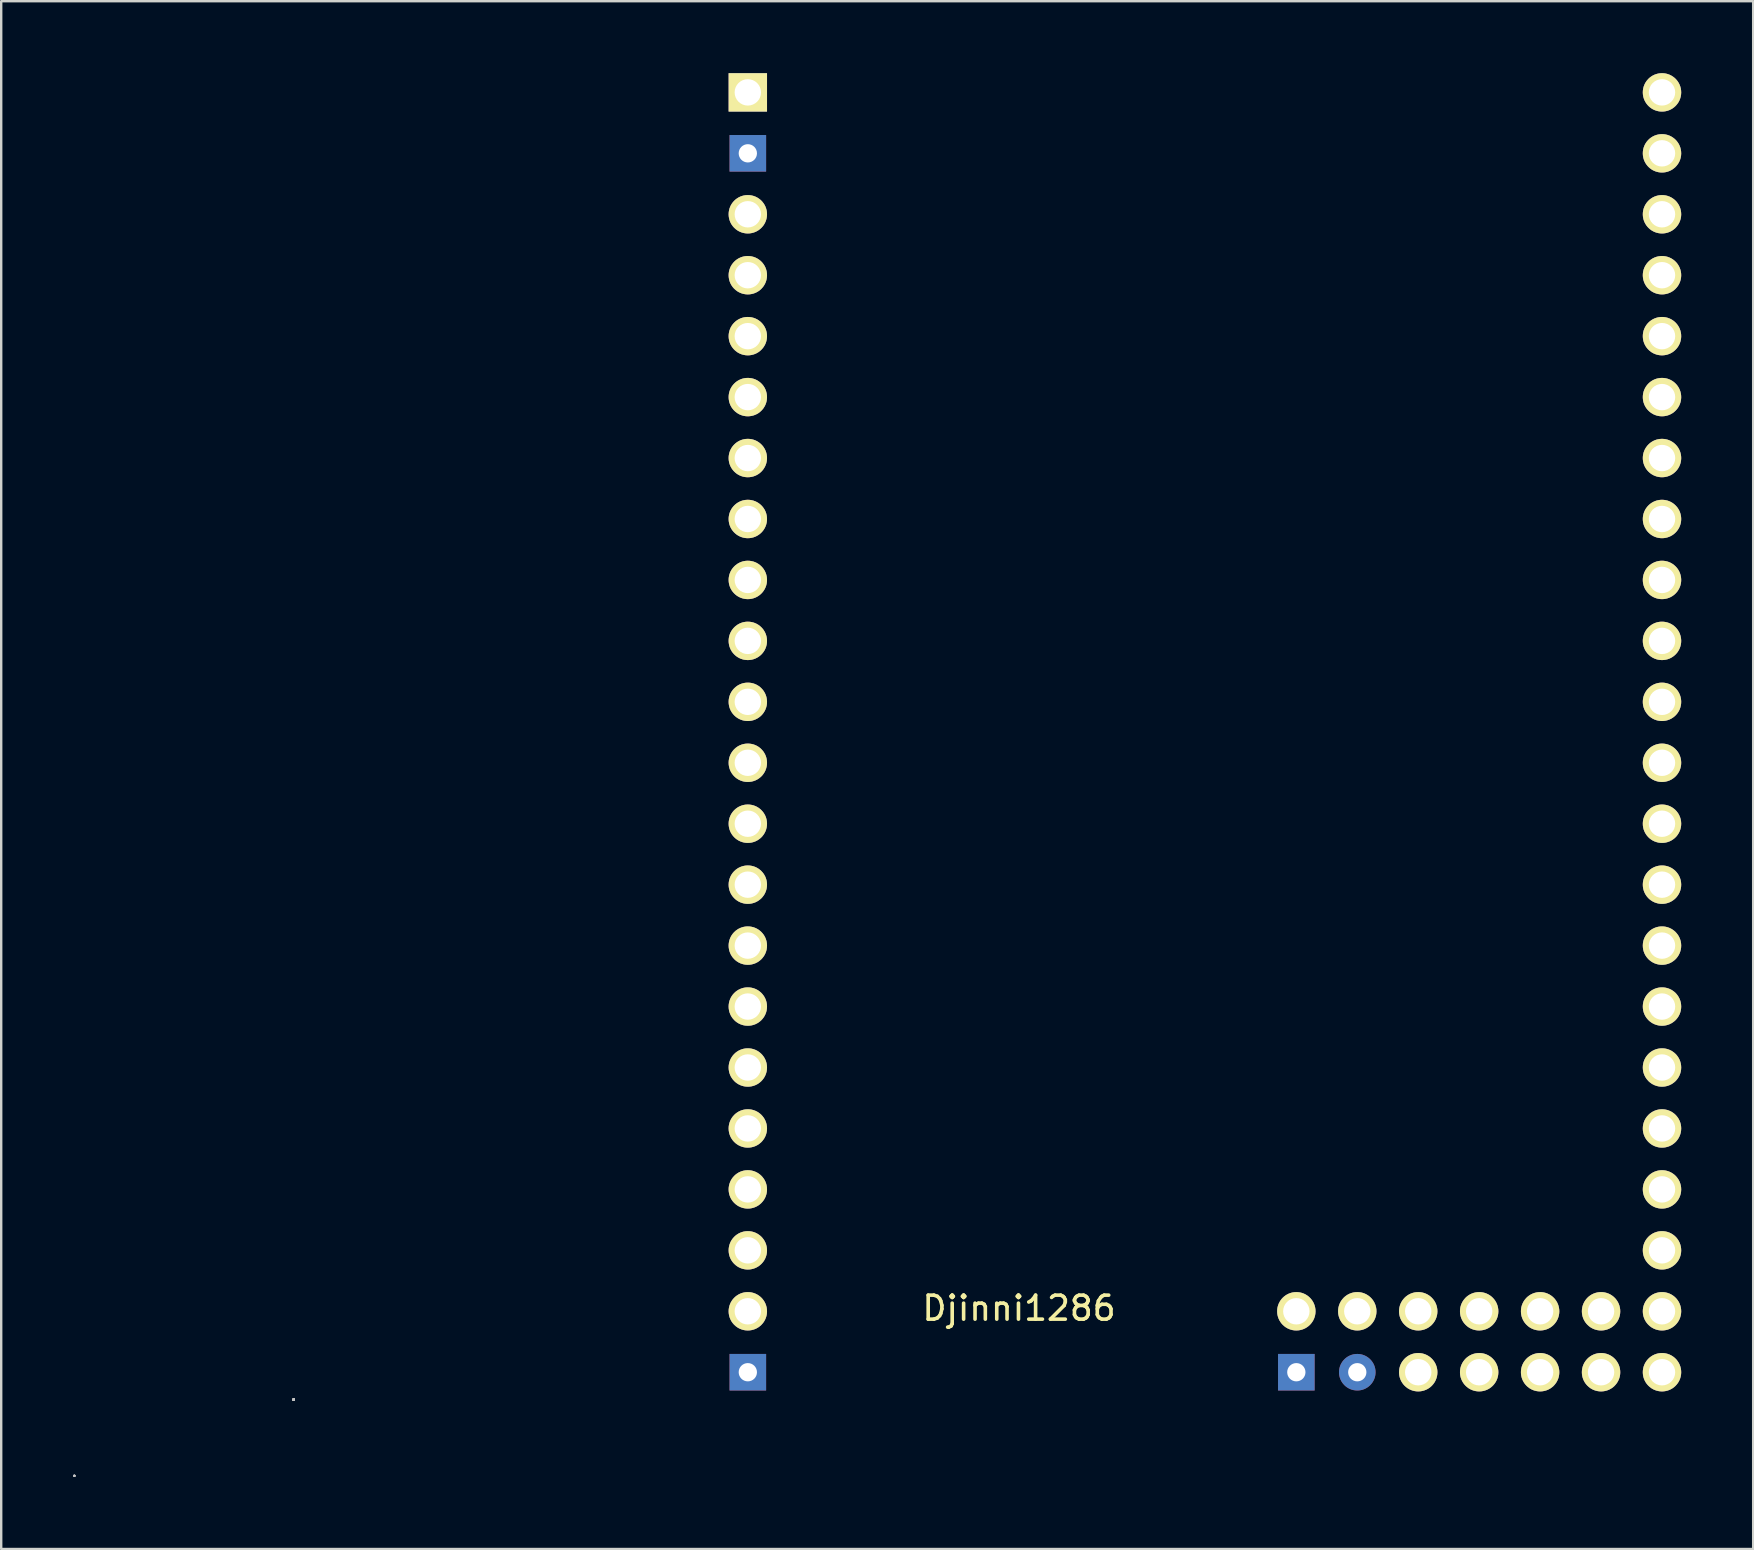
<source format=kicad_pcb>
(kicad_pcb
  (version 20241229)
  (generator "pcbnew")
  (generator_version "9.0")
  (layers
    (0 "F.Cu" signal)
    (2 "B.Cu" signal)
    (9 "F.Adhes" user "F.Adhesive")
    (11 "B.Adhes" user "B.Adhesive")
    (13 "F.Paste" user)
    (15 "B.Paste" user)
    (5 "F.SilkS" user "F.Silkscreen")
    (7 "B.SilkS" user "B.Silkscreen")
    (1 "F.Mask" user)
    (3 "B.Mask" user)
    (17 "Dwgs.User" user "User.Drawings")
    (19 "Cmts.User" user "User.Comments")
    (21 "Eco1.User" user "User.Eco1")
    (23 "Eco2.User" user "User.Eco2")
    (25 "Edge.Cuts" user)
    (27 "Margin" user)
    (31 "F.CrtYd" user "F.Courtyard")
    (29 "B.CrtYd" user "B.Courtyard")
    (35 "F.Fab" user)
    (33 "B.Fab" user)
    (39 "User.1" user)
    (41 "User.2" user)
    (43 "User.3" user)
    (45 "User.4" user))
  (footprint "Djinni1286"
    (layer "F.Cu")
    (at 9.194 55.283)
    (property "Reference" "Djinni1286" (at 30.226 -3.81 0) (layer "F.SilkS") (effects (font (size 1 1) (thickness 0.15))))
    (attr through_hole)
    (fp_line (start -9.144 3.175) (end -9.144 3.175) (stroke (width 0.1) (type solid)) (layer "Dwgs.User"))
    (fp_line (start -9.144 3.175) (end -9.144 3.175) (stroke (width 0.1) (type solid)) (layer "Dwgs.User"))
    (fp_line (start -9.144 3.175) (end -9.144 3.175) (stroke (width 0.1) (type solid)) (layer "Dwgs.User"))
    (fp_line (start -9.144 3.175) (end -9.144 3.175) (stroke (width 0.1) (type solid)) (layer "Dwgs.User"))
    (fp_line (start 0 0) (end 0 0) (stroke (width 0.1) (type solid)) (layer "Dwgs.User"))
    (fp_line (start 0 0) (end 0 0) (stroke (width 0.1) (type solid)) (layer "Dwgs.User"))
    (fp_line (start 0 0) (end 0 0) (stroke (width 0.1) (type solid)) (layer "Dwgs.User"))
    (fp_line (start 0 0) (end 0 0) (stroke (width 0.1) (type solid)) (layer "Dwgs.User"))
    (fp_line (start 0 0) (end 0 0) (stroke (width 0.1) (type solid)) (layer "Dwgs.User"))
    (fp_line (start 0 0) (end 0 0) (stroke (width 0.1) (type solid)) (layer "Dwgs.User"))
    (fp_line (start 0 0) (end 0 0) (stroke (width 0.1) (type solid)) (layer "Dwgs.User"))
    (fp_line (start 0 0) (end 0 0) (stroke (width 0.1) (type solid)) (layer "Dwgs.User"))
    (fp_line (start 0 0) (end 0 0) (stroke (width 0.1) (type solid)) (layer "Dwgs.User"))
    (fp_line (start 0 0) (end 0 0) (stroke (width 0.1) (type solid)) (layer "Dwgs.User"))
    (fp_line (start 0 0) (end 0 0) (stroke (width 0.1) (type solid)) (layer "Dwgs.User"))
    (fp_line (start 0 0) (end 0 0) (stroke (width 0.1) (type solid)) (layer "Dwgs.User"))
    (fp_line (start 0 0) (end 0 0) (stroke (width 0.1) (type solid)) (layer "Dwgs.User"))
    (fp_line (start 0 0) (end 0 0) (stroke (width 0.1) (type solid)) (layer "Dwgs.User"))
    (fp_line (start 0 0) (end 0 0) (stroke (width 0.1) (type solid)) (layer "Dwgs.User"))
    (fp_line (start 0 0) (end 0 0) (stroke (width 0.1) (type solid)) (layer "Dwgs.User"))
    (fp_line (start 0 0) (end 0 0) (stroke (width 0.1) (type solid)) (layer "Dwgs.User"))
    (fp_line (start 0 0) (end 0 0) (stroke (width 0.1) (type solid)) (layer "Dwgs.User"))
    (fp_line (start 0 0) (end 0 0) (stroke (width 0.1) (type solid)) (layer "Dwgs.User"))
    (fp_line (start 0 0) (end 0 0) (stroke (width 0.1) (type solid)) (layer "Dwgs.User"))
    (fp_line (start 0 0) (end 0 0) (stroke (width 0.1) (type solid)) (layer "Dwgs.User"))
    (fp_line (start 0 0) (end 0 0) (stroke (width 0.1) (type solid)) (layer "Dwgs.User"))
    (fp_line (start 0 0) (end 0 0) (stroke (width 0.1) (type solid)) (layer "Dwgs.User"))
    (fp_line (start 0 0) (end 0 0) (stroke (width 0.1) (type solid)) (layer "Dwgs.User"))
    (fp_line (start 0 0) (end 0 0) (stroke (width 0.1) (type solid)) (layer "Dwgs.User"))
    (fp_line (start 0 0) (end 0 0) (stroke (width 0.1) (type solid)) (layer "Dwgs.User"))
    (fp_line (start 0 0) (end 0 0) (stroke (width 0.1) (type solid)) (layer "Dwgs.User"))
    (fp_line (start 0 0) (end 0 0) (stroke (width 0.1) (type solid)) (layer "Dwgs.User"))
    (fp_line (start 0 0) (end 0 0) (stroke (width 0.1) (type solid)) (layer "Dwgs.User"))
    (fp_line (start 0 0) (end 0 0) (stroke (width 0.1) (type solid)) (layer "Dwgs.User"))
    (fp_line (start 0 0) (end 0 0) (stroke (width 0.1) (type solid)) (layer "Dwgs.User"))
    (fp_line (start 0 0) (end 0 0) (stroke (width 0.1) (type solid)) (layer "Dwgs.User"))
    (fp_line (start 0 0) (end 0 0) (stroke (width 0.1) (type solid)) (layer "Dwgs.User"))
    (fp_line (start 0 0) (end 0 0) (stroke (width 0.1) (type solid)) (layer "Dwgs.User"))
    (fp_line (start 0 0) (end 0 0) (stroke (width 0.1) (type solid)) (layer "Dwgs.User"))
    (fp_line (start 0 0) (end 0 0) (stroke (width 0.1) (type solid)) (layer "Dwgs.User"))
    (fp_line (start 0 0) (end 0 0) (stroke (width 0.1) (type solid)) (layer "Dwgs.User"))
    (fp_line (start 0 0) (end 0 0) (stroke (width 0.1) (type solid)) (layer "Dwgs.User"))
    (fp_line (start 0 0) (end 0 0) (stroke (width 0.1) (type solid)) (layer "Dwgs.User"))
    (fp_line (start 0 0) (end 0 0) (stroke (width 0.1) (type solid)) (layer "Dwgs.User"))
    (fp_line (start 0 0) (end 0 0) (stroke (width 0.1) (type solid)) (layer "Dwgs.User"))
    (fp_line (start 0 0) (end 0 0) (stroke (width 0.1) (type solid)) (layer "Dwgs.User"))
    (fp_line (start 0 0) (end 0 0) (stroke (width 0.1) (type solid)) (layer "Dwgs.User"))
    (fp_line (start 0 0) (end 0 0) (stroke (width 0.1) (type solid)) (layer "Dwgs.User"))
    (fp_line (start 0 0) (end 0 0) (stroke (width 0.1) (type solid)) (layer "Dwgs.User"))
    (fp_line (start 0 0) (end 0 0) (stroke (width 0.1) (type solid)) (layer "Dwgs.User"))
    (fp_line (start 0 0) (end 0 0) (stroke (width 0.1) (type solid)) (layer "Dwgs.User"))
    (fp_line (start 0 0) (end 0 0) (stroke (width 0.1) (type solid)) (layer "Dwgs.User"))
    (fp_line (start 0 0) (end 0 0) (stroke (width 0.1) (type solid)) (layer "Dwgs.User"))
    (fp_line (start 0 0) (end 0 0) (stroke (width 0.1) (type solid)) (layer "Dwgs.User"))
    (fp_line (start 0 0) (end 0 0) (stroke (width 0.1) (type solid)) (layer "Dwgs.User"))
    (fp_line (start 0 0) (end 0 0) (stroke (width 0.1) (type solid)) (layer "Dwgs.User"))
    (fp_line (start 0 0) (end 0 0) (stroke (width 0.1) (type solid)) (layer "Dwgs.User"))
    (fp_line (start 0 0) (end 0 0) (stroke (width 0.1) (type solid)) (layer "Dwgs.User"))
    (fp_line (start 0 0) (end 0 0) (stroke (width 0.1) (type solid)) (layer "Dwgs.User"))
    (fp_line (start 0 0) (end 0 0) (stroke (width 0.1) (type solid)) (layer "Dwgs.User"))
    (fp_line (start 0 0) (end 0 0) (stroke (width 0.1) (type solid)) (layer "Dwgs.User"))
    (fp_line (start 0 0) (end 0 0) (stroke (width 0.1) (type solid)) (layer "Dwgs.User"))
    (fp_line (start 0 0) (end 0 0) (stroke (width 0.1) (type solid)) (layer "Dwgs.User"))
    (fp_line (start 0 0) (end 0 0) (stroke (width 0.1) (type solid)) (layer "Dwgs.User"))
    (fp_line (start 0 0) (end 0 0) (stroke (width 0.1) (type solid)) (layer "Dwgs.User"))
    (fp_line (start 0 0) (end 0 0) (stroke (width 0.1) (type solid)) (layer "Dwgs.User"))
    (fp_line (start 0 0) (end 0 0) (stroke (width 0.1) (type solid)) (layer "Dwgs.User"))
    (fp_line (start 0 0) (end 0 0) (stroke (width 0.1) (type solid)) (layer "Dwgs.User"))
    (fp_line (start 0 0) (end 0 0) (stroke (width 0.1) (type solid)) (layer "Dwgs.User"))
    (fp_line (start 0 0) (end 0 0) (stroke (width 0.1) (type solid)) (layer "Dwgs.User"))
    (fp_line (start 0 0) (end 0 0) (stroke (width 0.1) (type solid)) (layer "Dwgs.User"))
    (fp_line (start 0 0) (end 0 0) (stroke (width 0.1) (type solid)) (layer "Dwgs.User"))
    (fp_line (start 0 0) (end 0 0) (stroke (width 0.1) (type solid)) (layer "Dwgs.User"))
    (fp_line (start 0 0) (end 0 0) (stroke (width 0.1) (type solid)) (layer "Dwgs.User"))
    (fp_line (start 0 0) (end 0 0) (stroke (width 0.1) (type solid)) (layer "Dwgs.User"))
    (fp_line (start 0 0) (end 0 0) (stroke (width 0.1) (type solid)) (layer "Dwgs.User"))
    (fp_line (start 0 0) (end 0 0) (stroke (width 0.1) (type solid)) (layer "Dwgs.User"))
    (fp_line (start 0 0) (end 0 0) (stroke (width 0.1) (type solid)) (layer "Dwgs.User"))
    (fp_line (start 0 0) (end 0 0) (stroke (width 0.1) (type solid)) (layer "Dwgs.User"))
    (fp_line (start 0 0) (end 0 0) (stroke (width 0.1) (type solid)) (layer "Dwgs.User"))
    (fp_line (start 0 0) (end 0 0) (stroke (width 0.1) (type solid)) (layer "Dwgs.User"))
    (fp_line (start 0 0) (end 0 0) (stroke (width 0.1) (type solid)) (layer "Dwgs.User"))
    (fp_line (start 0 0) (end 0 0) (stroke (width 0.1) (type solid)) (layer "Dwgs.User"))
    (fp_line (start 0 0) (end 0 0) (stroke (width 0.1) (type solid)) (layer "Dwgs.User"))
    (fp_line (start 0 0) (end 0 0) (stroke (width 0.1) (type solid)) (layer "Dwgs.User"))
    (fp_line (start 0 0) (end 0 0) (stroke (width 0.1) (type solid)) (layer "Dwgs.User"))
    (fp_line (start 0 0) (end 0 0) (stroke (width 0.1) (type solid)) (layer "Dwgs.User"))
    (fp_line (start 0 0) (end 0 0) (stroke (width 0.1) (type solid)) (layer "Dwgs.User"))
    (fp_line (start 0 0) (end 0 0) (stroke (width 0.1) (type solid)) (layer "Dwgs.User"))
    (fp_line (start 0 0) (end 0 0) (stroke (width 0.1) (type solid)) (layer "Dwgs.User"))
    (fp_line (start 0 0) (end 0 0) (stroke (width 0.1) (type solid)) (layer "Dwgs.User"))
    (fp_line (start 0 0) (end 0 0) (stroke (width 0.1) (type solid)) (layer "Dwgs.User"))
    (fp_line (start 0 0) (end 0 0) (stroke (width 0.1) (type solid)) (layer "Dwgs.User"))
    (fp_line (start 0 0) (end 0 0) (stroke (width 0.1) (type solid)) (layer "Dwgs.User"))
    (fp_line (start 0 0) (end 0 0) (stroke (width 0.1) (type solid)) (layer "Dwgs.User"))
    (fp_line (start 0 0) (end 0 0) (stroke (width 0.1) (type solid)) (layer "Dwgs.User"))
    (fp_line (start 0 0) (end 0 0) (stroke (width 0.1) (type solid)) (layer "Dwgs.User"))
    (fp_line (start 0 0) (end 0 0) (stroke (width 0.1) (type solid)) (layer "Dwgs.User"))
    (fp_line (start 0 0) (end 0 0) (stroke (width 0.1) (type solid)) (layer "Dwgs.User"))
    (fp_line (start 0 0) (end 0 0) (stroke (width 0.1) (type solid)) (layer "Dwgs.User"))
    (fp_line (start 0 0) (end 0 0) (stroke (width 0.1) (type solid)) (layer "Dwgs.User"))
    (fp_line (start 0 0) (end 0 0) (stroke (width 0.1) (type solid)) (layer "Dwgs.User"))
    (fp_line (start 0 0) (end 0 0) (stroke (width 0.1) (type solid)) (layer "Dwgs.User"))
    (fp_line (start 0 0) (end 0 0) (stroke (width 0.1) (type solid)) (layer "Dwgs.User"))
    (fp_line (start 0 0) (end 0 0) (stroke (width 0.1) (type solid)) (layer "Dwgs.User"))
    (fp_line (start 0 0) (end 0 0) (stroke (width 0.1) (type solid)) (layer "Dwgs.User"))
    (fp_line (start 0 0) (end 0 0) (stroke (width 0.1) (type solid)) (layer "Dwgs.User"))
    (fp_line (start 0 0) (end 0 0) (stroke (width 0.1) (type solid)) (layer "Dwgs.User"))
    (fp_line (start 0 0) (end 0 0) (stroke (width 0.1) (type solid)) (layer "Dwgs.User"))
    (fp_line (start 0 0) (end 0 0) (stroke (width 0.1) (type solid)) (layer "Dwgs.User"))
    (fp_line (start 0 0) (end 0 0) (stroke (width 0.1) (type solid)) (layer "Dwgs.User"))
    (fp_line (start 0 0) (end 0 0) (stroke (width 0.1) (type solid)) (layer "Dwgs.User"))
    (fp_line (start 0 0) (end 0 0) (stroke (width 0.1) (type solid)) (layer "Dwgs.User"))
    (fp_line (start 0 0) (end 0 0) (stroke (width 0.1) (type solid)) (layer "Dwgs.User"))
    (fp_line (start 0 0) (end 0 0) (stroke (width 0.1) (type solid)) (layer "Dwgs.User"))
    (fp_line (start 0 0) (end 0 0) (stroke (width 0.1) (type solid)) (layer "Dwgs.User"))
    (fp_line (start 0 0) (end 0 0) (stroke (width 0.1) (type solid)) (layer "Dwgs.User"))
    (fp_line (start 0 0) (end 0 0) (stroke (width 0.1) (type solid)) (layer "Dwgs.User"))
    (fp_line (start 0 0) (end 0 0) (stroke (width 0.1) (type solid)) (layer "Dwgs.User"))
    (fp_line (start 0 0) (end 0 0) (stroke (width 0.1) (type solid)) (layer "Dwgs.User"))
    (fp_line (start 0 0) (end 0 0) (stroke (width 0.1) (type solid)) (layer "Dwgs.User"))
    (fp_line (start 0 0) (end 0 0) (stroke (width 0.1) (type solid)) (layer "Dwgs.User"))
    (fp_line (start 0 0) (end 0 0) (stroke (width 0.1) (type solid)) (layer "Dwgs.User"))
    (fp_line (start 0 0) (end 0 0) (stroke (width 0.1) (type solid)) (layer "Dwgs.User"))
    (fp_line (start 0 0) (end 0 0) (stroke (width 0.1) (type solid)) (layer "Dwgs.User"))
    (fp_line (start 0 0) (end 0 0) (stroke (width 0.1) (type solid)) (layer "Dwgs.User"))
    (fp_line (start 0 0) (end 0 0) (stroke (width 0.1) (type solid)) (layer "Dwgs.User"))
    (fp_line (start 0 0) (end 0 0) (stroke (width 0.1) (type solid)) (layer "Dwgs.User"))
    (fp_line (start 0 0) (end 0 0) (stroke (width 0.1) (type solid)) (layer "Dwgs.User"))
    (fp_line (start 0 0) (end 0 0) (stroke (width 0.1) (type solid)) (layer "Dwgs.User"))
    (fp_line (start 0 0) (end 0 0) (stroke (width 0.1) (type solid)) (layer "Dwgs.User"))
    (fp_line (start 0 0) (end 0 0) (stroke (width 0.1) (type solid)) (layer "Dwgs.User"))
    (fp_line (start 0 0) (end 0 0) (stroke (width 0.1) (type solid)) (layer "Dwgs.User"))
    (fp_line (start 0 0) (end 0 0) (stroke (width 0.1) (type solid)) (layer "Dwgs.User"))
    (fp_line (start 0 0) (end 0 0) (stroke (width 0.1) (type solid)) (layer "Dwgs.User"))
    (fp_line (start 0 0) (end 0 0) (stroke (width 0.1) (type solid)) (layer "Dwgs.User"))
    (fp_line (start 0 0) (end 0 0) (stroke (width 0.1) (type solid)) (layer "Dwgs.User"))
    (fp_line (start 0 0) (end 0 0) (stroke (width 0.1) (type solid)) (layer "Dwgs.User"))
    (fp_line (start 0 0) (end 0 0) (stroke (width 0.1) (type solid)) (layer "Dwgs.User"))
    (fp_line (start 0 0) (end 0 0) (stroke (width 0.1) (type solid)) (layer "Dwgs.User"))
    (fp_line (start 0 0) (end 0 0) (stroke (width 0.1) (type solid)) (layer "Dwgs.User"))
    (fp_line (start 0 0) (end 0 0) (stroke (width 0.1) (type solid)) (layer "Dwgs.User"))
    (fp_line (start 0 0) (end 0 0) (stroke (width 0.1) (type solid)) (layer "Dwgs.User"))
    (fp_line (start 0 0) (end 0 0) (stroke (width 0.1) (type solid)) (layer "Dwgs.User"))
    (fp_line (start 0 0) (end 0 0) (stroke (width 0.1) (type solid)) (layer "Dwgs.User"))
    (fp_line (start 0 0) (end 0 0) (stroke (width 0.1) (type solid)) (layer "Dwgs.User"))
    (fp_line (start 0 0) (end 0 0) (stroke (width 0.1) (type solid)) (layer "Dwgs.User"))
    (fp_line (start 0 0) (end 0 0) (stroke (width 0.1) (type solid)) (layer "Dwgs.User"))
    (fp_line (start 0 0) (end 0 0) (stroke (width 0.1) (type solid)) (layer "Dwgs.User"))
    (fp_line (start 0 0) (end 0 0) (stroke (width 0.1) (type solid)) (layer "Dwgs.User"))
    (fp_line (start 0 0) (end 0 0) (stroke (width 0.1) (type solid)) (layer "Dwgs.User"))
    (fp_line (start 0 0) (end 0 0) (stroke (width 0.1) (type solid)) (layer "Dwgs.User"))
    (fp_line (start 0 0) (end 0 0) (stroke (width 0.1) (type solid)) (layer "Dwgs.User"))
    (fp_line (start 0 0) (end 0 0) (stroke (width 0.1) (type solid)) (layer "Dwgs.User"))
    (fp_line (start 0 0) (end 0 0) (stroke (width 0.1) (type solid)) (layer "Dwgs.User"))
    (fp_line (start 0 0) (end 0 0) (stroke (width 0.1) (type solid)) (layer "Dwgs.User"))
    (fp_line (start 0 0) (end 0 0) (stroke (width 0.1) (type solid)) (layer "Dwgs.User"))
    (fp_line (start 0 0) (end 0 0) (stroke (width 0.1) (type solid)) (layer "Dwgs.User"))
    (fp_line (start 0 0) (end 0 0) (stroke (width 0.1) (type solid)) (layer "Dwgs.User"))
    (fp_line (start 0 0) (end 0 0) (stroke (width 0.1) (type solid)) (layer "Dwgs.User"))
    (fp_line (start 0 0) (end 0 0) (stroke (width 0.1) (type solid)) (layer "Dwgs.User"))
    (fp_line (start 0 0) (end 0 0) (stroke (width 0.1) (type solid)) (layer "Dwgs.User"))
    (fp_line (start 0 0) (end 0 0) (stroke (width 0.1) (type solid)) (layer "Dwgs.User"))
    (fp_line (start 0 0) (end 0 0) (stroke (width 0.1) (type solid)) (layer "Dwgs.User"))
    (fp_line (start 0 0) (end 0 0) (stroke (width 0.1) (type solid)) (layer "Dwgs.User"))
    (fp_line (start 0 0) (end 0 0) (stroke (width 0.1) (type solid)) (layer "Dwgs.User"))
    (fp_line (start 0 0) (end 0 0) (stroke (width 0.1) (type solid)) (layer "Dwgs.User"))
    (fp_line (start 0 0) (end 0 0) (stroke (width 0.1) (type solid)) (layer "Dwgs.User"))
    (fp_line (start 0 0) (end 0 0) (stroke (width 0.1) (type solid)) (layer "Dwgs.User"))
    (fp_line (start 0 0) (end 0 0) (stroke (width 0.1) (type solid)) (layer "Dwgs.User"))
    (fp_line (start 0 0) (end 0 0) (stroke (width 0.1) (type solid)) (layer "Dwgs.User"))
    (fp_line (start 0 0) (end 0 0) (stroke (width 0.1) (type solid)) (layer "Dwgs.User"))
    (fp_line (start 0 0) (end 0 0) (stroke (width 0.1) (type solid)) (layer "Dwgs.User"))
    (fp_line (start 0 0) (end 0 0) (stroke (width 0.1) (type solid)) (layer "Dwgs.User"))
    (fp_line (start 0 0) (end 0 0) (stroke (width 0.1) (type solid)) (layer "Dwgs.User"))
    (fp_line (start 0 0) (end 0 0) (stroke (width 0.1) (type solid)) (layer "Dwgs.User"))
    (fp_line (start 0 0) (end 0 0) (stroke (width 0.1) (type solid)) (layer "Dwgs.User"))
    (fp_line (start 0 0) (end 0 0) (stroke (width 0.1) (type solid)) (layer "Dwgs.User"))
    (fp_line (start 0 0) (end 0 0) (stroke (width 0.1) (type solid)) (layer "Dwgs.User"))
    (fp_line (start 0 0) (end 0 0) (stroke (width 0.1) (type solid)) (layer "Dwgs.User"))
    (fp_line (start 0 0) (end 0 0) (stroke (width 0.1) (type solid)) (layer "Dwgs.User"))
    (fp_line (start 0 0) (end 0 0) (stroke (width 0.1) (type solid)) (layer "Dwgs.User"))
    (fp_line (start 0 0) (end 0 0) (stroke (width 0.1) (type solid)) (layer "Dwgs.User"))
    (fp_line (start 0 0) (end 0 0) (stroke (width 0.1) (type solid)) (layer "Dwgs.User"))
    (fp_line (start 0 0) (end 0 0) (stroke (width 0.1) (type solid)) (layer "Dwgs.User"))
    (fp_line (start 0 0) (end 0 0) (stroke (width 0.1) (type solid)) (layer "Dwgs.User"))
    (fp_line (start 0 0) (end 0 0) (stroke (width 0.1) (type solid)) (layer "Dwgs.User"))
    (fp_line (start 0 0) (end 0 0) (stroke (width 0.1) (type solid)) (layer "Dwgs.User"))
    (fp_line (start 0 0) (end 0 0) (stroke (width 0.1) (type solid)) (layer "Dwgs.User"))
    (fp_line (start 0 0) (end 0 0) (stroke (width 0.1) (type solid)) (layer "Dwgs.User"))
    (fp_line (start 0 0) (end 0 0) (stroke (width 0.1) (type solid)) (layer "Dwgs.User"))
    (fp_line (start 0 0) (end 0 0) (stroke (width 0.1) (type solid)) (layer "Dwgs.User"))
    (fp_line (start 0 0) (end 0 0) (stroke (width 0.1) (type solid)) (layer "Dwgs.User"))
    (fp_line (start 0 0) (end 0 0) (stroke (width 0.1) (type solid)) (layer "Dwgs.User"))
    (fp_line (start 0 0) (end 0 0) (stroke (width 0.1) (type solid)) (layer "Dwgs.User"))
    (fp_line (start 0 0) (end 0 0) (stroke (width 0.1) (type solid)) (layer "Dwgs.User"))
    (fp_line (start 0 0) (end 0 0) (stroke (width 0.1) (type solid)) (layer "Dwgs.User"))
    (fp_line (start 0 0) (end 0 0) (stroke (width 0.1) (type solid)) (layer "Dwgs.User"))
    (fp_line (start 0 0) (end 0 0) (stroke (width 0.1) (type solid)) (layer "Dwgs.User"))
    (fp_line (start 0 0) (end 0 0) (stroke (width 0.1) (type solid)) (layer "Dwgs.User"))
    (fp_line (start 0 0) (end 0 0) (stroke (width 0.1) (type solid)) (layer "Dwgs.User"))
    (fp_line (start 0 0) (end 0 0) (stroke (width 0.1) (type solid)) (layer "Dwgs.User"))
    (fp_line (start 0 0) (end 0 0) (stroke (width 0.1) (type solid)) (layer "Dwgs.User"))
    (fp_line (start 0 0) (end 0 0) (stroke (width 0.1) (type solid)) (layer "Dwgs.User"))
    (fp_line (start 0 0) (end 0 0) (stroke (width 0.1) (type solid)) (layer "Dwgs.User"))
    (fp_line (start 0 0) (end 0 0) (stroke (width 0.1) (type solid)) (layer "Dwgs.User"))
    (fp_line (start 0 0) (end 0 0) (stroke (width 0.1) (type solid)) (layer "Dwgs.User"))
    (fp_line (start 0 0) (end 0 0) (stroke (width 0.1) (type solid)) (layer "Dwgs.User"))
    (fp_line (start 0 0) (end 0 0) (stroke (width 0.1) (type solid)) (layer "Dwgs.User"))
    (fp_line (start 0 0) (end 0 0) (stroke (width 0.1) (type solid)) (layer "Dwgs.User"))
    (fp_line (start 0 0) (end 0 0) (stroke (width 0.1) (type solid)) (layer "Dwgs.User"))
    (fp_line (start 0 0) (end 0 0) (stroke (width 0.1) (type solid)) (layer "Dwgs.User"))
    (fp_line (start 0 0) (end 0 0) (stroke (width 0.1) (type solid)) (layer "Dwgs.User"))
    (fp_line (start 0 0) (end 0 0) (stroke (width 0.1) (type solid)) (layer "Dwgs.User"))
    (fp_line (start 0 0) (end 0 0) (stroke (width 0.1) (type solid)) (layer "Dwgs.User"))
    (fp_line (start 0 0) (end 0 0) (stroke (width 0.1) (type solid)) (layer "Dwgs.User"))
    (fp_line (start 0 0) (end 0 0) (stroke (width 0.1) (type solid)) (layer "Dwgs.User"))
    (fp_line (start 0 0) (end 0 0) (stroke (width 0.1) (type solid)) (layer "Dwgs.User"))
    (fp_line (start 0 0) (end 0 0) (stroke (width 0.1) (type solid)) (layer "Dwgs.User"))
    (fp_line (start 0 0) (end 0 0) (stroke (width 0.1) (type solid)) (layer "Dwgs.User"))
    (fp_line (start 0 0) (end 0 0) (stroke (width 0.1) (type solid)) (layer "Dwgs.User"))
    (fp_line (start 0 0) (end 0 0) (stroke (width 0.1) (type solid)) (layer "Dwgs.User"))
    (fp_line (start 0 0) (end 0 0) (stroke (width 0.1) (type solid)) (layer "Dwgs.User"))
    (fp_line (start 0 0) (end 0 0) (stroke (width 0.1) (type solid)) (layer "Dwgs.User"))
    (fp_line (start 0 0) (end 0 0) (stroke (width 0.1) (type solid)) (layer "Dwgs.User"))
    (fp_line (start 0 0) (end 0 0) (stroke (width 0.1) (type solid)) (layer "Dwgs.User"))
    (fp_line (start 0 0) (end 0 0) (stroke (width 0.1) (type solid)) (layer "Dwgs.User"))
    (fp_line (start 0 0) (end 0 0) (stroke (width 0.1) (type solid)) (layer "Dwgs.User"))
    (fp_line (start 0 0) (end 0 0) (stroke (width 0.1) (type solid)) (layer "Dwgs.User"))
    (fp_line (start 0 0) (end 0 0) (stroke (width 0.1) (type solid)) (layer "Dwgs.User"))
    (fp_line (start 0 0) (end 0 0) (stroke (width 0.1) (type solid)) (layer "Dwgs.User"))
    (fp_line (start 0 0) (end 0 0) (stroke (width 0.1) (type solid)) (layer "Dwgs.User"))
    (fp_line (start 0 0) (end 0 0) (stroke (width 0.1) (type solid)) (layer "Dwgs.User"))
    (fp_line (start 0 0) (end 0 0) (stroke (width 0.1) (type solid)) (layer "Dwgs.User"))
    (fp_line (start 0 0) (end 0 0) (stroke (width 0.1) (type solid)) (layer "Dwgs.User"))
    (fp_line (start 0 0) (end 0 0) (stroke (width 0.1) (type solid)) (layer "Dwgs.User"))
    (fp_line (start 0 0) (end 0 0) (stroke (width 0.1) (type solid)) (layer "Dwgs.User"))
    (fp_line (start 0 0) (end 0 0) (stroke (width 0.1) (type solid)) (layer "Dwgs.User"))
    (fp_line (start 0 0) (end 0 0) (stroke (width 0.1) (type solid)) (layer "Dwgs.User"))
    (fp_line (start 0 0) (end 0 0) (stroke (width 0.1) (type solid)) (layer "Dwgs.User"))
    (fp_line (start 0 0) (end 0 0) (stroke (width 0.1) (type solid)) (layer "Dwgs.User"))
    (fp_line (start 0 0) (end 0 0) (stroke (width 0.1) (type solid)) (layer "Dwgs.User"))
    (fp_line (start 0 0) (end 0 0) (stroke (width 0.1) (type solid)) (layer "Dwgs.User"))
    (fp_line (start 0 0) (end 0 0) (stroke (width 0.1) (type solid)) (layer "Dwgs.User"))
    (fp_line (start 0 0) (end 0 0) (stroke (width 0.1) (type solid)) (layer "Dwgs.User"))
    (fp_line (start 0 0) (end 0 0) (stroke (width 0.1) (type solid)) (layer "Dwgs.User"))
    (fp_line (start 0 0) (end 0 0) (stroke (width 0.1) (type solid)) (layer "Dwgs.User"))
    (fp_line (start 0 0) (end 0 0) (stroke (width 0.1) (type solid)) (layer "Dwgs.User"))
    (fp_line (start 0 0) (end 0 0) (stroke (width 0.1) (type solid)) (layer "Dwgs.User"))
    (fp_line (start 0 0) (end 0 0) (stroke (width 0.1) (type solid)) (layer "Dwgs.User"))
    (fp_line (start 0 0) (end 0 0) (stroke (width 0.1) (type solid)) (layer "Dwgs.User"))
    (fp_line (start 0 0) (end 0 0) (stroke (width 0.1) (type solid)) (layer "Dwgs.User"))
    (fp_line (start 0 0) (end 0 0) (stroke (width 0.1) (type solid)) (layer "Dwgs.User"))
    (fp_line (start 0 0) (end 0 0) (stroke (width 0.1) (type solid)) (layer "Dwgs.User"))
    (fp_line (start 0 0) (end 0 0) (stroke (width 0.1) (type solid)) (layer "Dwgs.User"))
    (fp_line (start 0 0) (end 0 0) (stroke (width 0.1) (type solid)) (layer "Dwgs.User"))
    (fp_line (start 0 0) (end 0 0) (stroke (width 0.1) (type solid)) (layer "Dwgs.User"))
    (fp_line (start 0 0) (end 0 0) (stroke (width 0.1) (type solid)) (layer "Dwgs.User"))
    (fp_line (start 0 0) (end 0 0) (stroke (width 0.1) (type solid)) (layer "Dwgs.User"))
    (fp_line (start 0 0) (end 0 0) (stroke (width 0.1) (type solid)) (layer "Dwgs.User"))
    (fp_line (start 0 0) (end 0 0) (stroke (width 0.1) (type solid)) (layer "Dwgs.User"))
    (fp_line (start 0 0) (end 0 0) (stroke (width 0.1) (type solid)) (layer "Dwgs.User"))
    (fp_line (start 0 0) (end 0 0) (stroke (width 0.1) (type solid)) (layer "Dwgs.User"))
    (fp_line (start 0 0) (end 0 0) (stroke (width 0.1) (type solid)) (layer "Dwgs.User"))
    (fp_line (start 0 0) (end 0 0) (stroke (width 0.1) (type solid)) (layer "Dwgs.User"))
    (fp_line (start 0 0) (end 0 0) (stroke (width 0.1) (type solid)) (layer "Dwgs.User"))
    (fp_line (start 0 0) (end 0 0) (stroke (width 0.1) (type solid)) (layer "Dwgs.User"))
    (fp_line (start 0 0) (end 0 0) (stroke (width 0.1) (type solid)) (layer "Dwgs.User"))
    (fp_line (start 0 0) (end 0 0) (stroke (width 0.1) (type solid)) (layer "Dwgs.User"))
    (fp_line (start 0 0) (end 0 0) (stroke (width 0.1) (type solid)) (layer "Dwgs.User"))
    (fp_line (start 0 0) (end 0 0) (stroke (width 0.1) (type solid)) (layer "Dwgs.User"))
    (fp_line (start 0 0) (end 0 0) (stroke (width 0.1) (type solid)) (layer "Dwgs.User"))
    (fp_line (start 0 0) (end 0 0) (stroke (width 0.1) (type solid)) (layer "Dwgs.User"))
    (fp_line (start 0 0) (end 0 0) (stroke (width 0.1) (type solid)) (layer "Dwgs.User"))
    (fp_line (start 0 0) (end 0 0) (stroke (width 0.1) (type solid)) (layer "Dwgs.User"))
    (fp_line (start 0 0) (end 0 0) (stroke (width 0.1) (type solid)) (layer "Dwgs.User"))
    (fp_line (start 0 0) (end 0 0) (stroke (width 0.1) (type solid)) (layer "Dwgs.User"))
    (fp_line (start 0 0) (end 0 0) (stroke (width 0.1) (type solid)) (layer "Dwgs.User"))
    (fp_line (start 0 0) (end 0 0) (stroke (width 0.1) (type solid)) (layer "Dwgs.User"))
    (fp_line (start 0 0) (end 0 0) (stroke (width 0.1) (type solid)) (layer "Dwgs.User"))
    (fp_line (start 0 0) (end 0 0) (stroke (width 0.1) (type solid)) (layer "Dwgs.User"))
    (fp_line (start 0 0) (end 0 0) (stroke (width 0.1) (type solid)) (layer "Dwgs.User"))
    (fp_line (start 0 0) (end 0 0) (stroke (width 0.1) (type solid)) (layer "Dwgs.User"))
    (fp_line (start 0 0) (end 0 0) (stroke (width 0.1) (type solid)) (layer "Dwgs.User"))
    (fp_line (start 0 0) (end 0 0) (stroke (width 0.1) (type solid)) (layer "Dwgs.User"))
    (fp_line (start 0 0) (end 0 0) (stroke (width 0.1) (type solid)) (layer "Dwgs.User"))
    (fp_line (start 0 0) (end 0 0) (stroke (width 0.1) (type solid)) (layer "Dwgs.User"))
    (fp_line (start 0 0) (end 0 0) (stroke (width 0.1) (type solid)) (layer "Dwgs.User"))
    (fp_line (start 0 0) (end 0 0) (stroke (width 0.1) (type solid)) (layer "Dwgs.User"))
    (fp_line (start 0 0) (end 0 0) (stroke (width 0.1) (type solid)) (layer "Dwgs.User"))
    (fp_line (start 0 0) (end 0 0) (stroke (width 0.1) (type solid)) (layer "Dwgs.User"))
    (fp_line (start 0 0) (end 0 0) (stroke (width 0.1) (type solid)) (layer "Dwgs.User"))
    (fp_line (start 0 0) (end 0 0) (stroke (width 0.1) (type solid)) (layer "Dwgs.User"))
    (fp_line (start 0 0) (end 0 0) (stroke (width 0.1) (type solid)) (layer "Dwgs.User"))
    (fp_line (start 0 0) (end 0 0) (stroke (width 0.1) (type solid)) (layer "Dwgs.User"))
    (fp_line (start 0 0) (end 0 0) (stroke (width 0.1) (type solid)) (layer "Dwgs.User"))
    (fp_line (start 0 0) (end 0 0) (stroke (width 0.1) (type solid)) (layer "Dwgs.User"))
    (fp_line (start 0 0) (end 0 0) (stroke (width 0.1) (type solid)) (layer "Dwgs.User"))
    (fp_line (start 0 0) (end 0 0) (stroke (width 0.1) (type solid)) (layer "Dwgs.User"))
    (fp_line (start 0 0) (end 0 0) (stroke (width 0.1) (type solid)) (layer "Dwgs.User"))
    (fp_line (start 0 0) (end 0 0) (stroke (width 0.1) (type solid)) (layer "Dwgs.User"))
    (fp_line (start 0 0) (end 0 0) (stroke (width 0.1) (type solid)) (layer "Dwgs.User"))
    (fp_line (start 0 0) (end 0 0) (stroke (width 0.1) (type solid)) (layer "Dwgs.User"))
    (fp_line (start 0 0) (end 0 0) (stroke (width 0.1) (type solid)) (layer "Dwgs.User"))
    (fp_line (start 0 0) (end 0 0) (stroke (width 0.1) (type solid)) (layer "Dwgs.User"))
    (fp_line (start 0 0) (end 0 0) (stroke (width 0.1) (type solid)) (layer "Dwgs.User"))
    (fp_line (start 0 0) (end 0 0) (stroke (width 0.1) (type solid)) (layer "Dwgs.User"))
    (fp_line (start 0 0) (end 0 0) (stroke (width 0.1) (type solid)) (layer "Dwgs.User"))
    (fp_line (start 0 0) (end 0 0) (stroke (width 0.1) (type solid)) (layer "Dwgs.User"))
    (fp_line (start 0 0) (end 0 0) (stroke (width 0.1) (type solid)) (layer "Dwgs.User"))
    (fp_line (start 0 0) (end 0 0) (stroke (width 0.1) (type solid)) (layer "Dwgs.User"))
    (fp_line (start 0 0) (end 0 0) (stroke (width 0.1) (type solid)) (layer "Dwgs.User"))
    (fp_line (start 0 0) (end 0 0) (stroke (width 0.1) (type solid)) (layer "Dwgs.User"))
    (fp_line (start 0 0) (end 0 0) (stroke (width 0.1) (type solid)) (layer "Dwgs.User"))
    (fp_line (start 0 0) (end 0 0) (stroke (width 0.1) (type solid)) (layer "Dwgs.User"))
    (fp_line (start 0 0) (end 0 0) (stroke (width 0.1) (type solid)) (layer "Dwgs.User"))
    (fp_line (start 0 0) (end 0 0) (stroke (width 0.1) (type solid)) (layer "Dwgs.User"))
    (fp_line (start 0 0) (end 0 0) (stroke (width 0.1) (type solid)) (layer "Dwgs.User"))
    (fp_line (start 0 0) (end 0 0) (stroke (width 0.1) (type solid)) (layer "Dwgs.User"))
    (fp_line (start 0 0) (end 0 0) (stroke (width 0.1) (type solid)) (layer "Dwgs.User"))
    (fp_line (start 0 0) (end 0 0) (stroke (width 0.1) (type solid)) (layer "Dwgs.User"))
    (fp_line (start 0 0) (end 0 0) (stroke (width 0.1) (type solid)) (layer "Dwgs.User"))
    (fp_line (start 0 0) (end 0 0) (stroke (width 0.1) (type solid)) (layer "Dwgs.User"))
    (fp_line (start 0 0) (end 0 0) (stroke (width 0.1) (type solid)) (layer "Dwgs.User"))
    (fp_line (start 0 0) (end 0 0) (stroke (width 0.1) (type solid)) (layer "Dwgs.User"))
    (fp_line (start 0 0) (end 0 0) (stroke (width 0.1) (type solid)) (layer "Dwgs.User"))
    (fp_line (start 0 0) (end 0 0) (stroke (width 0.1) (type solid)) (layer "Dwgs.User"))
    (fp_line (start 0 0) (end 0 0) (stroke (width 0.1) (type solid)) (layer "Dwgs.User"))
    (fp_line (start 0 0) (end 0 0) (stroke (width 0.1) (type solid)) (layer "Dwgs.User"))
    (fp_line (start 0 0) (end 0 0) (stroke (width 0.1) (type solid)) (layer "Dwgs.User"))
    (fp_line (start 0 0) (end 0 0) (stroke (width 0.1) (type solid)) (layer "Dwgs.User"))
    (fp_line (start 0 0) (end 0 0) (stroke (width 0.1) (type solid)) (layer "Dwgs.User"))
    (fp_line (start 0 0) (end 0 0) (stroke (width 0.1) (type solid)) (layer "Dwgs.User"))
    (fp_line (start 0 0) (end 0 0) (stroke (width 0.1) (type solid)) (layer "Dwgs.User"))
    (fp_line (start 0 0) (end 0 0) (stroke (width 0.1) (type solid)) (layer "Dwgs.User"))
    (fp_line (start 0 0) (end 0 0) (stroke (width 0.1) (type solid)) (layer "Dwgs.User"))
    (fp_line (start 0 0) (end 0 0) (stroke (width 0.1) (type solid)) (layer "Dwgs.User"))
    (fp_line (start 0 0) (end 0 0) (stroke (width 0.1) (type solid)) (layer "Dwgs.User"))
    (fp_line (start 0 0) (end 0 0) (stroke (width 0.1) (type solid)) (layer "Dwgs.User"))
    (fp_line (start 0 0) (end 0 0) (stroke (width 0.1) (type solid)) (layer "Dwgs.User"))
    (fp_line (start 0 0) (end 0 0) (stroke (width 0.1) (type solid)) (layer "Dwgs.User"))
    (fp_line (start 0 0) (end 0 0) (stroke (width 0.1) (type solid)) (layer "Dwgs.User"))
    (fp_line (start 0 0) (end 0 0) (stroke (width 0.1) (type solid)) (layer "Dwgs.User"))
    (fp_line (start 0 0) (end 0 0) (stroke (width 0.1) (type solid)) (layer "Dwgs.User"))
    (fp_line (start 0 0) (end 0 0) (stroke (width 0.1) (type solid)) (layer "Dwgs.User"))
    (fp_line (start 0 0) (end 0 0) (stroke (width 0.1) (type solid)) (layer "Dwgs.User"))
    (fp_line (start 0 0) (end 0 0) (stroke (width 0.1) (type solid)) (layer "Dwgs.User"))
    (fp_line (start 0 0) (end 0 0) (stroke (width 0.1) (type solid)) (layer "Dwgs.User"))
    (fp_line (start 0 0) (end 0 0) (stroke (width 0.1) (type solid)) (layer "Dwgs.User"))
    (fp_line (start 0 0) (end 0 0) (stroke (width 0.1) (type solid)) (layer "Dwgs.User"))
    (pad "0" thru_hole rect (at 18.923 -54.483) (size 1.6 1.6) (drill 1.1) (layers "*.Cu" "*.Mask" "F.SilkS"))
    (pad "1" thru_hole rect (at 18.923 -51.943) (size 1.524 1.524) (drill 0.762) (layers "*.Cu" "*.Mask"))
    (pad "2" thru_hole circle (at 18.923 -49.403 270) (size 1.6 1.6) (drill 1.1) (layers "*.Cu" "*.Mask" "F.SilkS"))
    (pad "3" thru_hole circle (at 18.923 -46.863 270) (size 1.6 1.6) (drill 1.1) (layers "*.Cu" "*.Mask" "F.SilkS"))
    (pad "4" thru_hole circle (at 18.923 -44.323 270) (size 1.6 1.6) (drill 1.1) (layers "*.Cu" "*.Mask" "F.SilkS"))
    (pad "5" thru_hole circle (at 18.923 -41.783 270) (size 1.6 1.6) (drill 1.1) (layers "*.Cu" "*.Mask" "F.SilkS"))
    (pad "6" thru_hole circle (at 18.923 -39.243 270) (size 1.6 1.6) (drill 1.1) (layers "*.Cu" "*.Mask" "F.SilkS"))
    (pad "7" thru_hole circle (at 18.923 -36.703 270) (size 1.6 1.6) (drill 1.1) (layers "*.Cu" "*.Mask" "F.SilkS"))
    (pad "8" thru_hole circle (at 18.923 -34.163 270) (size 1.6 1.6) (drill 1.1) (layers "*.Cu" "*.Mask" "F.SilkS"))
    (pad "9" thru_hole circle (at 18.923 -31.623 270) (size 1.6 1.6) (drill 1.1) (layers "*.Cu" "*.Mask" "F.SilkS"))
    (pad "10" thru_hole circle (at 18.923 -29.083 270) (size 1.6 1.6) (drill 1.1) (layers "*.Cu" "*.Mask" "F.SilkS"))
    (pad "11" thru_hole circle (at 18.923 -26.543 270) (size 1.6 1.6) (drill 1.1) (layers "*.Cu" "*.Mask" "F.SilkS"))
    (pad "12" thru_hole circle (at 18.923 -24.003 270) (size 1.6 1.6) (drill 1.1) (layers "*.Cu" "*.Mask" "F.SilkS"))
    (pad "13" thru_hole circle (at 18.923 -21.463 270) (size 1.6 1.6) (drill 1.1) (layers "*.Cu" "*.Mask" "F.SilkS"))
    (pad "14" thru_hole circle (at 18.923 -18.923 270) (size 1.6 1.6) (drill 1.1) (layers "*.Cu" "*.Mask" "F.SilkS"))
    (pad "15" thru_hole circle (at 18.923 -16.383 270) (size 1.6 1.6) (drill 1.1) (layers "*.Cu" "*.Mask" "F.SilkS"))
    (pad "16" thru_hole circle (at 18.923 -13.843 270) (size 1.6 1.6) (drill 1.1) (layers "*.Cu" "*.Mask" "F.SilkS"))
    (pad "17" thru_hole circle (at 18.923 -11.303 270) (size 1.6 1.6) (drill 1.1) (layers "*.Cu" "*.Mask" "F.SilkS"))
    (pad "18" thru_hole circle (at 18.923 -8.763 270) (size 1.6 1.6) (drill 1.1) (layers "*.Cu" "*.Mask" "F.SilkS"))
    (pad "19" thru_hole circle (at 18.923 -6.223 270) (size 1.6 1.6) (drill 1.1) (layers "*.Cu" "*.Mask" "F.SilkS"))
    (pad "20" thru_hole circle (at 18.923 -3.683 270) (size 1.6 1.6) (drill 1.1) (layers "*.Cu" "*.Mask" "F.SilkS"))
    (pad "21" thru_hole circle (at 51.943 -3.683) (size 1.6 1.6) (drill 1.1) (layers "*.Cu" "*.Mask" "F.SilkS"))
    (pad "22" thru_hole circle (at 54.483 -1.143) (size 1.6 1.6) (drill 1.1) (layers "*.Cu" "*.Mask" "F.SilkS"))
    (pad "23" thru_hole circle (at 54.483 -3.683) (size 1.6 1.6) (drill 1.1) (layers "*.Cu" "*.Mask" "F.SilkS"))
    (pad "24" thru_hole circle (at 57.023 -16.383 270) (size 1.6 1.6) (drill 1.1) (layers "*.Cu" "*.Mask" "F.SilkS"))
    (pad "25" thru_hole circle (at 57.023 -18.923 270) (size 1.6 1.6) (drill 1.1) (layers "*.Cu" "*.Mask" "F.SilkS"))
    (pad "26" thru_hole circle (at 57.023 -21.463 270) (size 1.6 1.6) (drill 1.1) (layers "*.Cu" "*.Mask" "F.SilkS"))
    (pad "27" thru_hole circle (at 57.023 -24.003 270) (size 1.6 1.6) (drill 1.1) (layers "*.Cu" "*.Mask" "F.SilkS"))
    (pad "28" thru_hole circle (at 57.023 -26.543 270) (size 1.6 1.6) (drill 1.1) (layers "*.Cu" "*.Mask" "F.SilkS"))
    (pad "29" thru_hole circle (at 57.023 -29.083 270) (size 1.6 1.6) (drill 1.1) (layers "*.Cu" "*.Mask" "F.SilkS"))
    (pad "30" thru_hole circle (at 57.023 -31.623 270) (size 1.6 1.6) (drill 1.1) (layers "*.Cu" "*.Mask" "F.SilkS"))
    (pad "31" thru_hole circle (at 57.023 -34.163 270) (size 1.6 1.6) (drill 1.1) (layers "*.Cu" "*.Mask" "F.SilkS"))
    (pad "32" thru_hole circle (at 57.023 -36.703 270) (size 1.6 1.6) (drill 1.1) (layers "*.Cu" "*.Mask" "F.SilkS"))
    (pad "33" thru_hole circle (at 57.023 -39.243 270) (size 1.6 1.6) (drill 1.1) (layers "*.Cu" "*.Mask" "F.SilkS"))
    (pad "34" thru_hole circle (at 57.023 -41.783 270) (size 1.6 1.6) (drill 1.1) (layers "*.Cu" "*.Mask" "F.SilkS"))
    (pad "35" thru_hole circle (at 57.023 -44.323 270) (size 1.6 1.6) (drill 1.1) (layers "*.Cu" "*.Mask" "F.SilkS"))
    (pad "36" thru_hole circle (at 57.023 -46.863 270) (size 1.6 1.6) (drill 1.1) (layers "*.Cu" "*.Mask" "F.SilkS"))
    (pad "37" thru_hole circle (at 57.023 -49.403 270) (size 1.6 1.6) (drill 1.1) (layers "*.Cu" "*.Mask" "F.SilkS"))
    (pad "38" thru_hole circle (at 57.023 -51.943 270) (size 1.6 1.6) (drill 1.1) (layers "*.Cu" "*.Mask" "F.SilkS"))
    (pad "39" thru_hole circle (at 57.023 -54.483 270) (size 1.6 1.6) (drill 1.1) (layers "*.Cu" "*.Mask" "F.SilkS"))
    (pad "40" thru_hole circle (at 57.023 -13.843 90) (size 1.6 1.6) (drill 1.1) (layers "*.Cu" "*.Mask" "F.SilkS"))
    (pad "41" thru_hole circle (at 57.023 -11.303 90) (size 1.6 1.6) (drill 1.1) (layers "*.Cu" "*.Mask" "F.SilkS"))
    (pad "42" thru_hole circle (at 57.023 -8.763 90) (size 1.6 1.6) (drill 1.1) (layers "*.Cu" "*.Mask" "F.SilkS"))
    (pad "43" thru_hole circle (at 57.023 -6.223 90) (size 1.6 1.6) (drill 1.1) (layers "*.Cu" "*.Mask" "F.SilkS"))
    (pad "44" thru_hole circle (at 57.023 -3.683) (size 1.6 1.6) (drill 1.1) (layers "*.Cu" "*.Mask" "F.SilkS"))
    (pad "45" thru_hole circle (at 57.023 -1.143) (size 1.6 1.6) (drill 1.1) (layers "*.Cu" "*.Mask" "F.SilkS"))
    (pad "46" thru_hole circle (at 49.403 -3.683) (size 1.6 1.6) (drill 1.1) (layers "*.Cu" "*.Mask" "F.SilkS"))
    (pad "47" thru_hole circle (at 46.863 -3.683) (size 1.6 1.6) (drill 1.1) (layers "*.Cu" "*.Mask" "F.SilkS"))
    (pad "48" thru_hole circle (at 41.783 -3.683) (size 1.6 1.6) (drill 1.1) (layers "*.Cu" "*.Mask" "F.SilkS"))
    (pad "49" thru_hole circle (at 44.323 -3.683) (size 1.6 1.6) (drill 1.1) (layers "*.Cu" "*.Mask" "F.SilkS"))
    (pad "50" thru_hole circle (at 46.863 -1.143) (size 1.6 1.6) (drill 1.1) (layers "*.Cu" "*.Mask" "F.SilkS"))
    (pad "51" thru_hole circle (at 49.403 -1.143) (size 1.6 1.6) (drill 1.1) (layers "*.Cu" "*.Mask" "F.SilkS"))
    (pad "52" thru_hole circle (at 51.943 -1.143) (size 1.6 1.6) (drill 1.1) (layers "*.Cu" "*.Mask" "F.SilkS"))
    (pad "53" thru_hole circle (at 44.323 -1.143) (size 1.524 1.524) (drill 0.762) (layers "*.Cu" "*.Mask"))
    (pad "54" thru_hole rect (at 41.783 -1.143) (size 1.524 1.524) (drill 0.762) (layers "*.Cu" "*.Mask"))
    (pad "55" thru_hole rect (at 18.923 -1.143) (size 1.524 1.524) (drill 0.762) (layers "*.Cu" "*.Mask")))
  (gr_rect
    (start -3 -3)
    (end 70.017 61.508)
    (stroke (width 0.1) (type default))
    (fill no)
    (layer "Edge.Cuts")))
</source>
